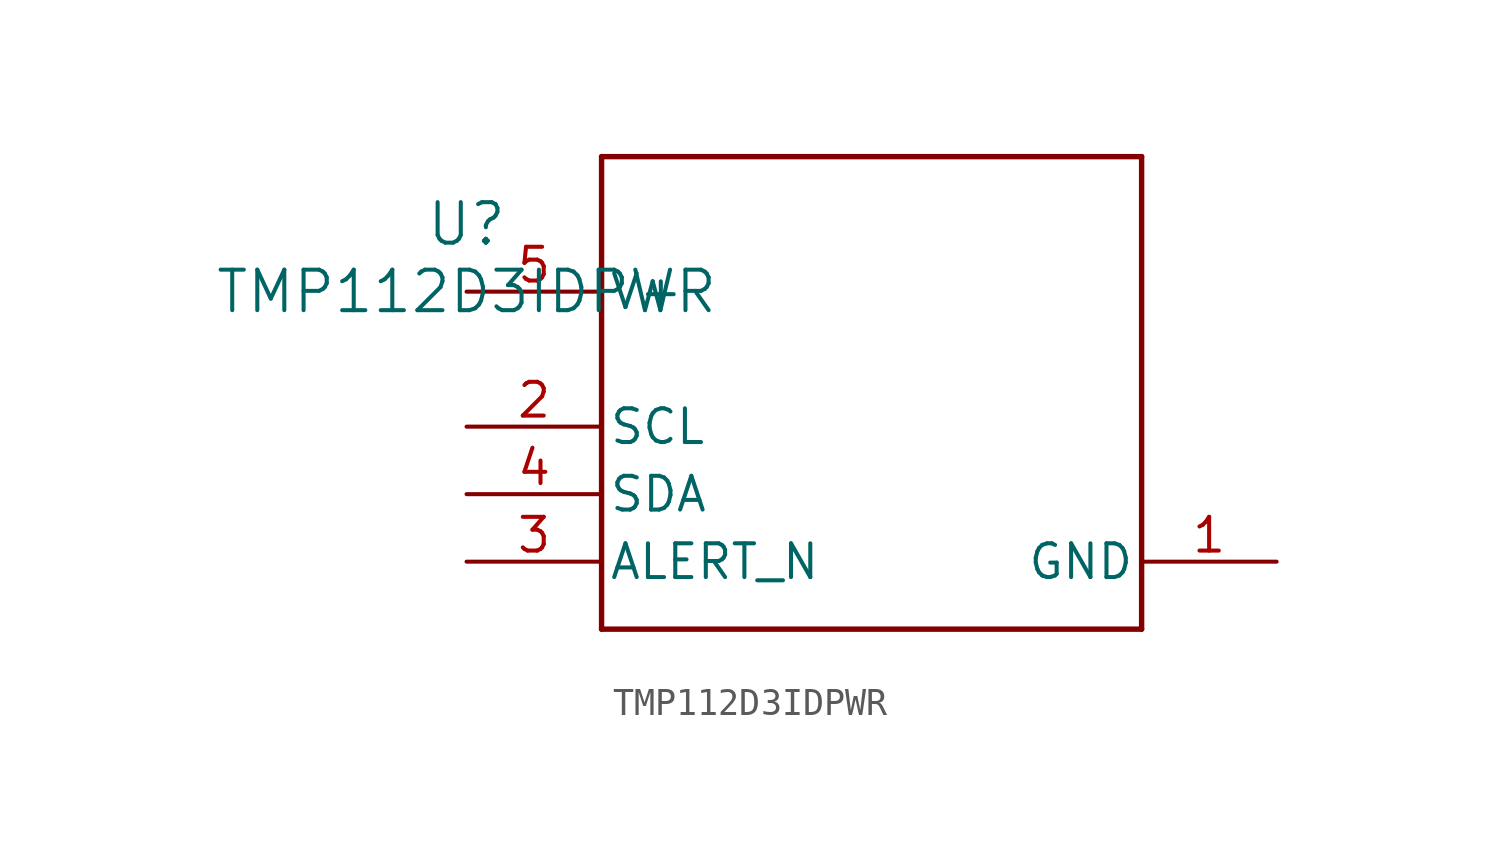
<source format=kicad_sym>
(kicad_symbol_lib
  (version 20211014)
  (generator kicad_symbol_editor)
  (symbol "TMP112D3IDPWR"
    (pin_names
      (offset 0.254))
    (property "Reference" "U"
      (at 0 2.54 0)
      (effects (font (size 1.524 1.524))))
    (property "Value" "TMP112D3IDPWR"
      (at 0 0 0)
      (effects (font (size 1.524 1.524))))
    (symbol "TMP112D3IDPWR_0_1"
      (polyline (pts (xy 5.08 -12.7) (xy 25.4 -12.7)) (stroke (width 0.203) (type default) (color 0 0 0 0)) (fill (type none)))
      (polyline (pts (xy 25.4 -12.7) (xy 25.4 5.08)) (stroke (width 0.203) (type default) (color 0 0 0 0)) (fill (type none)))
      (polyline (pts (xy 25.4 5.08) (xy 5.08 5.08)) (stroke (width 0.203) (type default) (color 0 0 0 0)) (fill (type none)))
      (polyline (pts (xy 5.08 5.08) (xy 5.08 -12.7)) (stroke (width 0.203) (type default) (color 0 0 0 0)) (fill (type none)))
      (pin power_in line (at 30.48 -10.16 180) (length 5.08) (name "GND" (effects (font (size 1.27 1.27)))) (number "1" (effects (font (size 1.27 1.27)))))
      (pin input line (at 0 -5.08 0) (length 5.08) (name "SCL" (effects (font (size 1.27 1.27)))) (number "2" (effects (font (size 1.27 1.27)))))
      (pin open_collector line (at 0 -10.16 0) (length 5.08) (name "ALERT_N" (effects (font (size 1.27 1.27)))) (number "3" (effects (font (size 1.27 1.27)))))
      (pin bidirectional line (at 0 -7.62 0) (length 5.08) (name "SDA" (effects (font (size 1.27 1.27)))) (number "4" (effects (font (size 1.27 1.27)))))
      (pin power_in line (at 0 0 0) (length 5.08) (name "V+" (effects (font (size 1.27 1.27)))) (number "5" (effects (font (size 1.27 1.27))))))))
</source>
